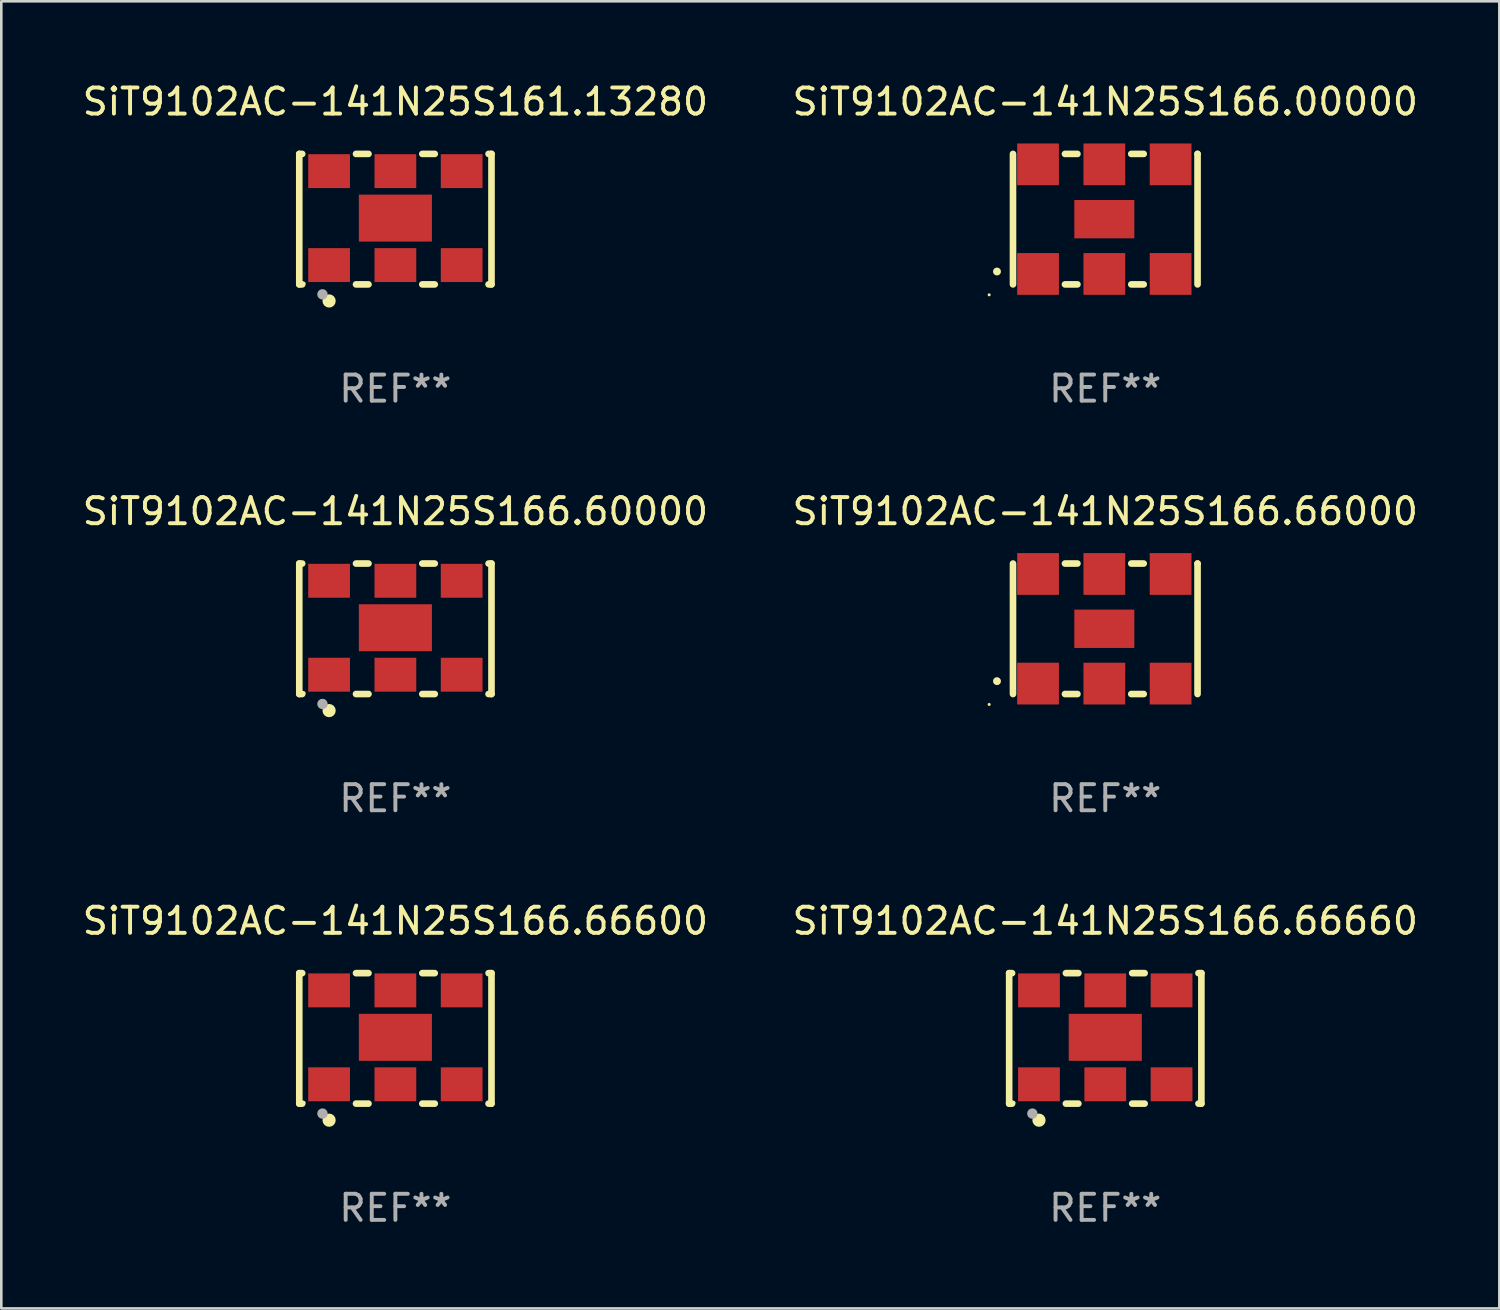
<source format=kicad_pcb>
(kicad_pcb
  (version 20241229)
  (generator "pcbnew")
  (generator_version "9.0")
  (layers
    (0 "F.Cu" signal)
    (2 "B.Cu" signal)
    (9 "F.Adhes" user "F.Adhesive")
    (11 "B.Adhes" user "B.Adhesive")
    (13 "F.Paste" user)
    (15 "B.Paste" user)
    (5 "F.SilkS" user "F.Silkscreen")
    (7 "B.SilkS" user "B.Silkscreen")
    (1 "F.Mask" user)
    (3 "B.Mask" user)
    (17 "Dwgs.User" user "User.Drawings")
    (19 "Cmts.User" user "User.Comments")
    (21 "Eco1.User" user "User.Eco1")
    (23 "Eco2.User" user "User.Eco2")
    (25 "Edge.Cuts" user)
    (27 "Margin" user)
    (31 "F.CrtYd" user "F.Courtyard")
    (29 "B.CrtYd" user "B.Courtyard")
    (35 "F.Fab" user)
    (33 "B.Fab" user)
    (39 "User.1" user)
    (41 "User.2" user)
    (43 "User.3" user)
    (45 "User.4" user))
  (footprint "SiT9102AC-141N25S166.66660"
    (layer "F.Cu")
    (at 39.304 36.741)
    (property "Reference" "SiT9102AC-141N25S166.66660" (at 0 -4.5 0) (layer "F.SilkS") (effects (font (size 1 1) (thickness 0.15))))
    (attr through_hole)
    (fp_line (start -3.683 -2.5) (end -3.571 -2.5) (stroke (width 0.254) (type solid)) (layer "F.SilkS"))
    (fp_line (start -3.683 2.5) (end -3.683 -2.5) (stroke (width 0.254) (type solid)) (layer "F.SilkS"))
    (fp_line (start -3.683 2.5) (end -3.571 2.5) (stroke (width 0.254) (type solid)) (layer "F.SilkS"))
    (fp_line (start -1.509 -2.5) (end -1.031 -2.5) (stroke (width 0.254) (type solid)) (layer "F.SilkS"))
    (fp_line (start -1.509 2.5) (end -1.031 2.5) (stroke (width 0.254) (type solid)) (layer "F.SilkS"))
    (fp_line (start 1.031 -2.5) (end 1.509 -2.5) (stroke (width 0.254) (type solid)) (layer "F.SilkS"))
    (fp_line (start 1.031 2.5) (end 1.509 2.5) (stroke (width 0.254) (type solid)) (layer "F.SilkS"))
    (fp_line (start 3.571 -2.5) (end 3.683 -2.5) (stroke (width 0.254) (type solid)) (layer "F.SilkS"))
    (fp_line (start 3.571 2.5) (end 3.683 2.5) (stroke (width 0.254) (type solid)) (layer "F.SilkS"))
    (fp_line (start 3.683 2.5) (end 3.683 -2.5) (stroke (width 0.254) (type solid)) (layer "F.SilkS"))
    (fp_circle (center -3.5 2.46) (end -3.47 2.46) (stroke (width 0.06) (type solid)) (fill no) (layer "F.SilkS"))
    (fp_circle (center -2.54 3.135) (end -2.413 3.135) (stroke (width 0.254) (type solid)) (fill no) (layer "F.SilkS"))
    (fp_circle (center -2.794 2.881) (end -2.694 2.881) (stroke (width 0.2) (type solid)) (fill no) (layer "F.Fab"))
    (fp_text user "REF**" (at 0 6.5 0) (layer "F.Fab") (effects (font (size 1 1) (thickness 0.15))))
    (pad "1" smd rect (at -2.54 1.76) (size 1.6 1.3) (layers "F.Cu" "F.Mask" "F.Paste"))
    (pad "2" smd rect (at 0 1.76) (size 1.6 1.3) (layers "F.Cu" "F.Mask" "F.Paste"))
    (pad "3" smd rect (at 2.54 1.76) (size 1.6 1.3) (layers "F.Cu" "F.Mask" "F.Paste"))
    (pad "4" smd rect (at 2.54 -1.84) (size 1.6 1.3) (layers "F.Cu" "F.Mask" "F.Paste"))
    (pad "5" smd rect (at 0 -1.84) (size 1.6 1.3) (layers "F.Cu" "F.Mask" "F.Paste"))
    (pad "6" smd rect (at -2.54 -1.84) (size 1.6 1.3) (layers "F.Cu" "F.Mask" "F.Paste"))
    (pad "7" smd rect (at 0 -0.04) (size 2.8 1.8) (layers "F.Cu" "F.Mask" "F.Paste")))
  (footprint "SiT9102AC-141N25S166.66600"
    (layer "F.Cu")
    (at 12.101 36.741)
    (property "Reference" "SiT9102AC-141N25S166.66600" (at 0 -4.5 0) (layer "F.SilkS") (effects (font (size 1 1) (thickness 0.15))))
    (attr through_hole)
    (fp_line (start -3.683 -2.5) (end -3.571 -2.5) (stroke (width 0.254) (type solid)) (layer "F.SilkS"))
    (fp_line (start -3.683 2.5) (end -3.683 -2.5) (stroke (width 0.254) (type solid)) (layer "F.SilkS"))
    (fp_line (start -3.683 2.5) (end -3.571 2.5) (stroke (width 0.254) (type solid)) (layer "F.SilkS"))
    (fp_line (start -1.509 -2.5) (end -1.031 -2.5) (stroke (width 0.254) (type solid)) (layer "F.SilkS"))
    (fp_line (start -1.509 2.5) (end -1.031 2.5) (stroke (width 0.254) (type solid)) (layer "F.SilkS"))
    (fp_line (start 1.031 -2.5) (end 1.509 -2.5) (stroke (width 0.254) (type solid)) (layer "F.SilkS"))
    (fp_line (start 1.031 2.5) (end 1.509 2.5) (stroke (width 0.254) (type solid)) (layer "F.SilkS"))
    (fp_line (start 3.571 -2.5) (end 3.683 -2.5) (stroke (width 0.254) (type solid)) (layer "F.SilkS"))
    (fp_line (start 3.571 2.5) (end 3.683 2.5) (stroke (width 0.254) (type solid)) (layer "F.SilkS"))
    (fp_line (start 3.683 2.5) (end 3.683 -2.5) (stroke (width 0.254) (type solid)) (layer "F.SilkS"))
    (fp_circle (center -3.5 2.46) (end -3.47 2.46) (stroke (width 0.06) (type solid)) (fill no) (layer "F.SilkS"))
    (fp_circle (center -2.54 3.135) (end -2.413 3.135) (stroke (width 0.254) (type solid)) (fill no) (layer "F.SilkS"))
    (fp_circle (center -2.794 2.881) (end -2.694 2.881) (stroke (width 0.2) (type solid)) (fill no) (layer "F.Fab"))
    (fp_text user "REF**" (at 0 6.5 0) (layer "F.Fab") (effects (font (size 1 1) (thickness 0.15))))
    (pad "1" smd rect (at -2.54 1.76) (size 1.6 1.3) (layers "F.Cu" "F.Mask" "F.Paste"))
    (pad "2" smd rect (at 0 1.76) (size 1.6 1.3) (layers "F.Cu" "F.Mask" "F.Paste"))
    (pad "3" smd rect (at 2.54 1.76) (size 1.6 1.3) (layers "F.Cu" "F.Mask" "F.Paste"))
    (pad "4" smd rect (at 2.54 -1.84) (size 1.6 1.3) (layers "F.Cu" "F.Mask" "F.Paste"))
    (pad "5" smd rect (at 0 -1.84) (size 1.6 1.3) (layers "F.Cu" "F.Mask" "F.Paste"))
    (pad "6" smd rect (at -2.54 -1.84) (size 1.6 1.3) (layers "F.Cu" "F.Mask" "F.Paste"))
    (pad "7" smd rect (at 0 -0.04) (size 2.8 1.8) (layers "F.Cu" "F.Mask" "F.Paste")))
  (footprint "SiT9102AC-141N25S166.00000"
    (layer "F.Cu")
    (at 39.304 5.348)
    (property "Reference" "SiT9102AC-141N25S166.00000" (at 0 -4.5 0) (layer "F.SilkS") (effects (font (size 1 1) (thickness 0.15))))
    (attr through_hole)
    (fp_line (start -3.536 -2.5) (end -3.536 2.5) (stroke (width 0.254) (type solid)) (layer "F.SilkS"))
    (fp_line (start -1.544 2.5) (end -1.067 2.5) (stroke (width 0.254) (type solid)) (layer "F.SilkS"))
    (fp_line (start -1.067 -2.5) (end -1.544 -2.5) (stroke (width 0.254) (type solid)) (layer "F.SilkS"))
    (fp_line (start 0.996 2.5) (end 1.473 2.5) (stroke (width 0.254) (type solid)) (layer "F.SilkS"))
    (fp_line (start 1.473 -2.5) (end 0.996 -2.5) (stroke (width 0.254) (type solid)) (layer "F.SilkS"))
    (fp_line (start 3.536 -2.5) (end 3.536 -2.5) (stroke (width 0.254) (type solid)) (layer "F.SilkS"))
    (fp_line (start 3.536 2.5) (end 3.536 -2.5) (stroke (width 0.254) (type solid)) (layer "F.SilkS"))
    (fp_arc (start -4.150432 2.006604) (mid -4.149162 2.006599) (end -4.147892 2.006604) (stroke (width 0.3) (type solid)) (layer "F.SilkS"))
    (fp_circle (center -4.449 2.9) (end -4.419 2.9) (stroke (width 0.06) (type solid)) (fill no) (layer "F.SilkS"))
    (fp_text user "REF**" (at 0 6.5 0) (layer "F.Fab") (effects (font (size 1 1) (thickness 0.15))))
    (pad "1" smd rect (at -2.576 2.1) (size 1.6 1.6) (layers "F.Cu" "F.Mask" "F.Paste"))
    (pad "2" smd rect (at -0.036 2.1) (size 1.6 1.6) (layers "F.Cu" "F.Mask" "F.Paste"))
    (pad "3" smd rect (at 2.504 2.1) (size 1.6 1.6) (layers "F.Cu" "F.Mask" "F.Paste"))
    (pad "4" smd rect (at 2.504 -2.1) (size 1.6 1.6) (layers "F.Cu" "F.Mask" "F.Paste"))
    (pad "5" smd rect (at -0.036 -2.1) (size 1.6 1.6) (layers "F.Cu" "F.Mask" "F.Paste"))
    (pad "6" smd rect (at -2.576 -2.1) (size 1.6 1.6) (layers "F.Cu" "F.Mask" "F.Paste"))
    (pad "7" smd rect (at -0.036 0) (size 2.3 1.47) (layers "F.Cu" "F.Mask" "F.Paste")))
  (footprint "SiT9102AC-141N25S161.13280"
    (layer "F.Cu")
    (at 12.101 5.348)
    (property "Reference" "SiT9102AC-141N25S161.13280" (at 0 -4.5 0) (layer "F.SilkS") (effects (font (size 1 1) (thickness 0.15))))
    (attr through_hole)
    (fp_line (start -3.683 -2.5) (end -3.571 -2.5) (stroke (width 0.254) (type solid)) (layer "F.SilkS"))
    (fp_line (start -3.683 2.5) (end -3.683 -2.5) (stroke (width 0.254) (type solid)) (layer "F.SilkS"))
    (fp_line (start -3.683 2.5) (end -3.571 2.5) (stroke (width 0.254) (type solid)) (layer "F.SilkS"))
    (fp_line (start -1.509 -2.5) (end -1.031 -2.5) (stroke (width 0.254) (type solid)) (layer "F.SilkS"))
    (fp_line (start -1.509 2.5) (end -1.031 2.5) (stroke (width 0.254) (type solid)) (layer "F.SilkS"))
    (fp_line (start 1.031 -2.5) (end 1.509 -2.5) (stroke (width 0.254) (type solid)) (layer "F.SilkS"))
    (fp_line (start 1.031 2.5) (end 1.509 2.5) (stroke (width 0.254) (type solid)) (layer "F.SilkS"))
    (fp_line (start 3.571 -2.5) (end 3.683 -2.5) (stroke (width 0.254) (type solid)) (layer "F.SilkS"))
    (fp_line (start 3.571 2.5) (end 3.683 2.5) (stroke (width 0.254) (type solid)) (layer "F.SilkS"))
    (fp_line (start 3.683 2.5) (end 3.683 -2.5) (stroke (width 0.254) (type solid)) (layer "F.SilkS"))
    (fp_circle (center -3.5 2.46) (end -3.47 2.46) (stroke (width 0.06) (type solid)) (fill no) (layer "F.SilkS"))
    (fp_circle (center -2.54 3.135) (end -2.413 3.135) (stroke (width 0.254) (type solid)) (fill no) (layer "F.SilkS"))
    (fp_circle (center -2.794 2.881) (end -2.694 2.881) (stroke (width 0.2) (type solid)) (fill no) (layer "F.Fab"))
    (fp_text user "REF**" (at 0 6.5 0) (layer "F.Fab") (effects (font (size 1 1) (thickness 0.15))))
    (pad "1" smd rect (at -2.54 1.76) (size 1.6 1.3) (layers "F.Cu" "F.Mask" "F.Paste"))
    (pad "2" smd rect (at 0 1.76) (size 1.6 1.3) (layers "F.Cu" "F.Mask" "F.Paste"))
    (pad "3" smd rect (at 2.54 1.76) (size 1.6 1.3) (layers "F.Cu" "F.Mask" "F.Paste"))
    (pad "4" smd rect (at 2.54 -1.84) (size 1.6 1.3) (layers "F.Cu" "F.Mask" "F.Paste"))
    (pad "5" smd rect (at 0 -1.84) (size 1.6 1.3) (layers "F.Cu" "F.Mask" "F.Paste"))
    (pad "6" smd rect (at -2.54 -1.84) (size 1.6 1.3) (layers "F.Cu" "F.Mask" "F.Paste"))
    (pad "7" smd rect (at 0 -0.04) (size 2.8 1.8) (layers "F.Cu" "F.Mask" "F.Paste")))
  (footprint "SiT9102AC-141N25S166.60000"
    (layer "F.Cu")
    (at 12.101 21.045)
    (property "Reference" "SiT9102AC-141N25S166.60000" (at 0 -4.5 0) (layer "F.SilkS") (effects (font (size 1 1) (thickness 0.15))))
    (attr through_hole)
    (fp_line (start -3.683 -2.5) (end -3.571 -2.5) (stroke (width 0.254) (type solid)) (layer "F.SilkS"))
    (fp_line (start -3.683 2.5) (end -3.683 -2.5) (stroke (width 0.254) (type solid)) (layer "F.SilkS"))
    (fp_line (start -3.683 2.5) (end -3.571 2.5) (stroke (width 0.254) (type solid)) (layer "F.SilkS"))
    (fp_line (start -1.509 -2.5) (end -1.031 -2.5) (stroke (width 0.254) (type solid)) (layer "F.SilkS"))
    (fp_line (start -1.509 2.5) (end -1.031 2.5) (stroke (width 0.254) (type solid)) (layer "F.SilkS"))
    (fp_line (start 1.031 -2.5) (end 1.509 -2.5) (stroke (width 0.254) (type solid)) (layer "F.SilkS"))
    (fp_line (start 1.031 2.5) (end 1.509 2.5) (stroke (width 0.254) (type solid)) (layer "F.SilkS"))
    (fp_line (start 3.571 -2.5) (end 3.683 -2.5) (stroke (width 0.254) (type solid)) (layer "F.SilkS"))
    (fp_line (start 3.571 2.5) (end 3.683 2.5) (stroke (width 0.254) (type solid)) (layer "F.SilkS"))
    (fp_line (start 3.683 2.5) (end 3.683 -2.5) (stroke (width 0.254) (type solid)) (layer "F.SilkS"))
    (fp_circle (center -3.5 2.46) (end -3.47 2.46) (stroke (width 0.06) (type solid)) (fill no) (layer "F.SilkS"))
    (fp_circle (center -2.54 3.135) (end -2.413 3.135) (stroke (width 0.254) (type solid)) (fill no) (layer "F.SilkS"))
    (fp_circle (center -2.794 2.881) (end -2.694 2.881) (stroke (width 0.2) (type solid)) (fill no) (layer "F.Fab"))
    (fp_text user "REF**" (at 0 6.5 0) (layer "F.Fab") (effects (font (size 1 1) (thickness 0.15))))
    (pad "1" smd rect (at -2.54 1.76) (size 1.6 1.3) (layers "F.Cu" "F.Mask" "F.Paste"))
    (pad "2" smd rect (at 0 1.76) (size 1.6 1.3) (layers "F.Cu" "F.Mask" "F.Paste"))
    (pad "3" smd rect (at 2.54 1.76) (size 1.6 1.3) (layers "F.Cu" "F.Mask" "F.Paste"))
    (pad "4" smd rect (at 2.54 -1.84) (size 1.6 1.3) (layers "F.Cu" "F.Mask" "F.Paste"))
    (pad "5" smd rect (at 0 -1.84) (size 1.6 1.3) (layers "F.Cu" "F.Mask" "F.Paste"))
    (pad "6" smd rect (at -2.54 -1.84) (size 1.6 1.3) (layers "F.Cu" "F.Mask" "F.Paste"))
    (pad "7" smd rect (at 0 -0.04) (size 2.8 1.8) (layers "F.Cu" "F.Mask" "F.Paste")))
  (footprint "SiT9102AC-141N25S166.66000"
    (layer "F.Cu")
    (at 39.304 21.045)
    (property "Reference" "SiT9102AC-141N25S166.66000" (at 0 -4.5 0) (layer "F.SilkS") (effects (font (size 1 1) (thickness 0.15))))
    (attr through_hole)
    (fp_line (start -3.536 -2.5) (end -3.536 2.5) (stroke (width 0.254) (type solid)) (layer "F.SilkS"))
    (fp_line (start -1.544 2.5) (end -1.067 2.5) (stroke (width 0.254) (type solid)) (layer "F.SilkS"))
    (fp_line (start -1.067 -2.5) (end -1.544 -2.5) (stroke (width 0.254) (type solid)) (layer "F.SilkS"))
    (fp_line (start 0.996 2.5) (end 1.473 2.5) (stroke (width 0.254) (type solid)) (layer "F.SilkS"))
    (fp_line (start 1.473 -2.5) (end 0.996 -2.5) (stroke (width 0.254) (type solid)) (layer "F.SilkS"))
    (fp_line (start 3.536 -2.5) (end 3.536 -2.5) (stroke (width 0.254) (type solid)) (layer "F.SilkS"))
    (fp_line (start 3.536 2.5) (end 3.536 -2.5) (stroke (width 0.254) (type solid)) (layer "F.SilkS"))
    (fp_arc (start -4.150432 2.006604) (mid -4.149162 2.006599) (end -4.147892 2.006604) (stroke (width 0.3) (type solid)) (layer "F.SilkS"))
    (fp_circle (center -4.449 2.9) (end -4.419 2.9) (stroke (width 0.06) (type solid)) (fill no) (layer "F.SilkS"))
    (fp_text user "REF**" (at 0 6.5 0) (layer "F.Fab") (effects (font (size 1 1) (thickness 0.15))))
    (pad "1" smd rect (at -2.576 2.1) (size 1.6 1.6) (layers "F.Cu" "F.Mask" "F.Paste"))
    (pad "2" smd rect (at -0.036 2.1) (size 1.6 1.6) (layers "F.Cu" "F.Mask" "F.Paste"))
    (pad "3" smd rect (at 2.504 2.1) (size 1.6 1.6) (layers "F.Cu" "F.Mask" "F.Paste"))
    (pad "4" smd rect (at 2.504 -2.1) (size 1.6 1.6) (layers "F.Cu" "F.Mask" "F.Paste"))
    (pad "5" smd rect (at -0.036 -2.1) (size 1.6 1.6) (layers "F.Cu" "F.Mask" "F.Paste"))
    (pad "6" smd rect (at -2.576 -2.1) (size 1.6 1.6) (layers "F.Cu" "F.Mask" "F.Paste"))
    (pad "7" smd rect (at -0.036 0) (size 2.3 1.47) (layers "F.Cu" "F.Mask" "F.Paste")))
  (gr_rect
    (start -3 -3)
    (end 54.405 47.09)
    (stroke (width 0.1) (type default))
    (fill no)
    (layer "Edge.Cuts")))
</source>
